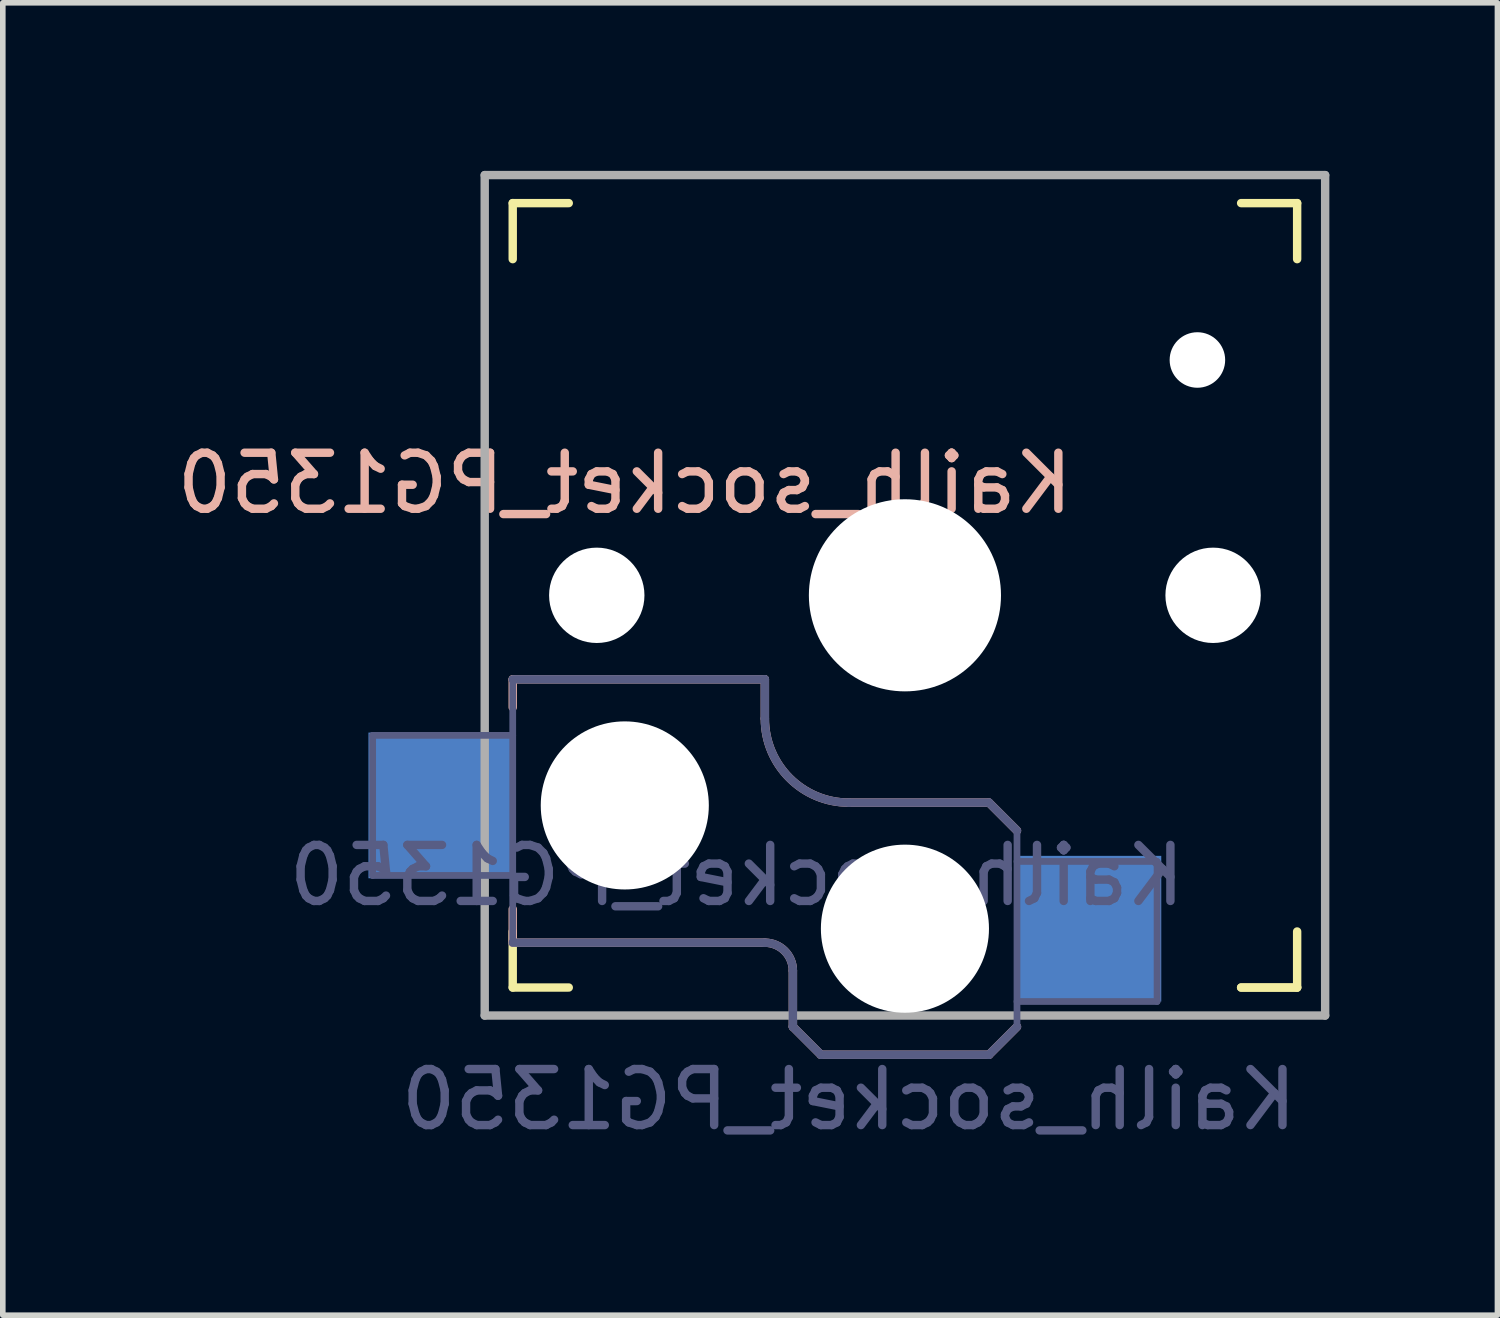
<source format=kicad_pcb>
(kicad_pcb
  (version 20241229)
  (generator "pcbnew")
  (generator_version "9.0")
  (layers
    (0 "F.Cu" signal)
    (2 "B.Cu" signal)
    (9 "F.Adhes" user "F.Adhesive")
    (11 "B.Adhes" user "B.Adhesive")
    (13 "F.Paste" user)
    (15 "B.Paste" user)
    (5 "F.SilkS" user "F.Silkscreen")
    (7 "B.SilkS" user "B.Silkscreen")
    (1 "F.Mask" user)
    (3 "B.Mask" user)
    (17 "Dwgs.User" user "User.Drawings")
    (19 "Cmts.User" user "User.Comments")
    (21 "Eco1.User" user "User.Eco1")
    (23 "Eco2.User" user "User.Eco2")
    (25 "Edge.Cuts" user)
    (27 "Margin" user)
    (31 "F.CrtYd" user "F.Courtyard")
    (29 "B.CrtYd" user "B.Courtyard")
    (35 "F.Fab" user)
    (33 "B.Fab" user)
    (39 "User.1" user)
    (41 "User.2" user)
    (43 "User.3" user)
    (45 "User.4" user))
  (footprint "Kailh_socket_PG1350"
    (layer "F.Cu")
    (at 13.101 7.575)
    (property "Reference" "Kailh_socket_PG1350" (at -5 -2 0) (layer "B.SilkS") (effects (font (size 1 1) (thickness 0.15)) (justify mirror)))
    (property "Value" "Kailh_socket_PG1350" (at 0 8.255 0) (layer "F.Fab") (hide yes) (effects (font (size 1 1) (thickness 0.15))))
    (attr smd)
    (fp_line (start -7 -6) (end -7 -7) (stroke (width 0.15) (type solid)) (layer "F.SilkS"))
    (fp_line (start -7 7) (end -7 6) (stroke (width 0.15) (type solid)) (layer "F.SilkS"))
    (fp_line (start -7 7) (end -6 7) (stroke (width 0.15) (type solid)) (layer "F.SilkS"))
    (fp_line (start -6 -7) (end -7 -7) (stroke (width 0.15) (type solid)) (layer "F.SilkS"))
    (fp_line (start 6 7) (end 7 7) (stroke (width 0.15) (type solid)) (layer "F.SilkS"))
    (fp_line (start 7 -7) (end 6 -7) (stroke (width 0.15) (type solid)) (layer "F.SilkS"))
    (fp_line (start 7 -7) (end 7 -6) (stroke (width 0.15) (type solid)) (layer "F.SilkS"))
    (fp_line (start 7 6) (end 7 7) (stroke (width 0.15) (type solid)) (layer "F.SilkS"))
    (fp_line (start 7 7) (end 6 7) (stroke (width 0.15) (type solid)) (layer "F.SilkS"))
    (fp_line (start -7 1.5) (end -7 2) (stroke (width 0.15) (type solid)) (layer "B.SilkS"))
    (fp_line (start -7 5.6) (end -7 6.2) (stroke (width 0.15) (type solid)) (layer "B.SilkS"))
    (fp_line (start -7 6.2) (end -2.5 6.2) (stroke (width 0.15) (type solid)) (layer "B.SilkS"))
    (fp_line (start -2.5 1.5) (end -7 1.5) (stroke (width 0.15) (type solid)) (layer "B.SilkS"))
    (fp_line (start -2.5 2.2) (end -2.5 1.5) (stroke (width 0.15) (type solid)) (layer "B.SilkS"))
    (fp_line (start -2 6.7) (end -2 7.7) (stroke (width 0.15) (type solid)) (layer "B.SilkS"))
    (fp_line (start -1.5 8.2) (end -2 7.7) (stroke (width 0.15) (type solid)) (layer "B.SilkS"))
    (fp_line (start 1.5 3.7) (end -1 3.7) (stroke (width 0.15) (type solid)) (layer "B.SilkS"))
    (fp_line (start 1.5 8.2) (end -1.5 8.2) (stroke (width 0.15) (type solid)) (layer "B.SilkS"))
    (fp_line (start 2 4.2) (end 1.5 3.7) (stroke (width 0.15) (type solid)) (layer "B.SilkS"))
    (fp_line (start 2 7.7) (end 1.5 8.2) (stroke (width 0.15) (type solid)) (layer "B.SilkS"))
    (fp_arc (start -2.5 6.2) (mid -2.146447 6.346447) (end -2 6.7) (stroke (width 0.15) (type solid)) (layer "B.SilkS"))
    (fp_arc (start -1 3.7) (mid -2.06066 3.26066) (end -2.5 2.2) (stroke (width 0.15) (type solid)) (layer "B.SilkS"))
    (fp_line (start -6.9 6.9) (end -6.9 -6.9) (stroke (width 0.15) (type solid)) (layer "Eco2.User"))
    (fp_line (start -6.9 6.9) (end 6.9 6.9) (stroke (width 0.15) (type solid)) (layer "Eco2.User"))
    (fp_line (start -2.6 -3.1) (end -2.6 -6.3) (stroke (width 0.15) (type solid)) (layer "Eco2.User"))
    (fp_line (start -2.6 -3.1) (end 2.6 -3.1) (stroke (width 0.15) (type solid)) (layer "Eco2.User"))
    (fp_line (start 2.6 -6.3) (end -2.6 -6.3) (stroke (width 0.15) (type solid)) (layer "Eco2.User"))
    (fp_line (start 2.6 -3.1) (end 2.6 -6.3) (stroke (width 0.15) (type solid)) (layer "Eco2.User"))
    (fp_line (start 6.9 -6.9) (end -6.9 -6.9) (stroke (width 0.15) (type solid)) (layer "Eco2.User"))
    (fp_line (start 6.9 -6.9) (end 6.9 6.9) (stroke (width 0.15) (type solid)) (layer "Eco2.User"))
    (fp_line (start -9.5 2.5) (end -7 2.5) (stroke (width 0.12) (type solid)) (layer "B.Fab"))
    (fp_line (start -9.5 5) (end -9.5 2.5) (stroke (width 0.12) (type solid)) (layer "B.Fab"))
    (fp_line (start -7 1.5) (end -7 6.2) (stroke (width 0.12) (type solid)) (layer "B.Fab"))
    (fp_line (start -7 5) (end -9.5 5) (stroke (width 0.12) (type solid)) (layer "B.Fab"))
    (fp_line (start -7 6.2) (end -2.5 6.2) (stroke (width 0.15) (type solid)) (layer "B.Fab"))
    (fp_line (start -2.5 1.5) (end -7 1.5) (stroke (width 0.15) (type solid)) (layer "B.Fab"))
    (fp_line (start -2.5 2.2) (end -2.5 1.5) (stroke (width 0.15) (type solid)) (layer "B.Fab"))
    (fp_line (start -2 6.7) (end -2 7.7) (stroke (width 0.15) (type solid)) (layer "B.Fab"))
    (fp_line (start -1.5 8.2) (end -2 7.7) (stroke (width 0.15) (type solid)) (layer "B.Fab"))
    (fp_line (start 1.5 3.7) (end -1 3.7) (stroke (width 0.15) (type solid)) (layer "B.Fab"))
    (fp_line (start 1.5 8.2) (end -1.5 8.2) (stroke (width 0.15) (type solid)) (layer "B.Fab"))
    (fp_line (start 2 4.2) (end 1.5 3.7) (stroke (width 0.15) (type solid)) (layer "B.Fab"))
    (fp_line (start 2 4.25) (end 2 7.7) (stroke (width 0.12) (type solid)) (layer "B.Fab"))
    (fp_line (start 2 4.75) (end 4.5 4.75) (stroke (width 0.12) (type solid)) (layer "B.Fab"))
    (fp_line (start 2 7.7) (end 1.5 8.2) (stroke (width 0.15) (type solid)) (layer "B.Fab"))
    (fp_line (start 4.5 4.75) (end 4.5 7.25) (stroke (width 0.12) (type solid)) (layer "B.Fab"))
    (fp_line (start 4.5 7.25) (end 2 7.25) (stroke (width 0.12) (type solid)) (layer "B.Fab"))
    (fp_arc (start -2.5 6.2) (mid -2.146447 6.346447) (end -2 6.7) (stroke (width 0.15) (type solid)) (layer "B.Fab"))
    (fp_arc (start -1 3.7) (mid -2.06066 3.26066) (end -2.5 2.2) (stroke (width 0.15) (type solid)) (layer "B.Fab"))
    (fp_line (start -7.5 -7.5) (end 7.5 -7.5) (stroke (width 0.15) (type solid)) (layer "F.Fab"))
    (fp_line (start -7.5 7.5) (end -7.5 -7.5) (stroke (width 0.15) (type solid)) (layer "F.Fab"))
    (fp_line (start 7.5 -7.5) (end 7.5 7.5) (stroke (width 0.15) (type solid)) (layer "F.Fab"))
    (fp_line (start 7.5 7.5) (end -7.5 7.5) (stroke (width 0.15) (type solid)) (layer "F.Fab"))
    (fp_text user "${REFERENCE}" (at -3 5 0) (layer "B.Fab") (effects (font (size 1 1) (thickness 0.15)) (justify mirror)))
    (fp_text user "${VALUE}" (at -1 9 0) (layer "B.Fab") (effects (font (size 1 1) (thickness 0.15)) (justify mirror)))
    (pad "" np_thru_hole circle (at -5.5 0) (size 1.702 1.702) (drill 1.702) (layers "*.Cu" "*.Mask"))
    (pad "" np_thru_hole circle (at -5 3.75) (size 3 3) (drill 3) (layers "*.Cu" "*.Mask"))
    (pad "" np_thru_hole circle (at 0 0) (size 3.429 3.429) (drill 3.429) (layers "*.Cu" "*.Mask"))
    (pad "" np_thru_hole circle (at 0 5.95) (size 3 3) (drill 3) (layers "*.Cu" "*.Mask"))
    (pad "" np_thru_hole circle (at 5.22 -4.2) (size 0.991 0.991) (drill 0.991) (layers "*.Cu" "*.Mask"))
    (pad "" np_thru_hole circle (at 5.5 0) (size 1.702 1.702) (drill 1.702) (layers "*.Cu" "*.Mask"))
    (pad "1" smd rect (at 3.275 5.95) (size 2.6 2.6) (layers "B.Cu" "B.Mask" "B.Paste"))
    (pad "2" smd rect (at -8.275 3.75) (size 2.6 2.6) (layers "B.Cu" "B.Mask" "B.Paste")))
  (gr_rect
    (start -3 -3)
    (end 23.676 20.423)
    (stroke (width 0.1) (type default))
    (fill no)
    (layer "Edge.Cuts")))
</source>
